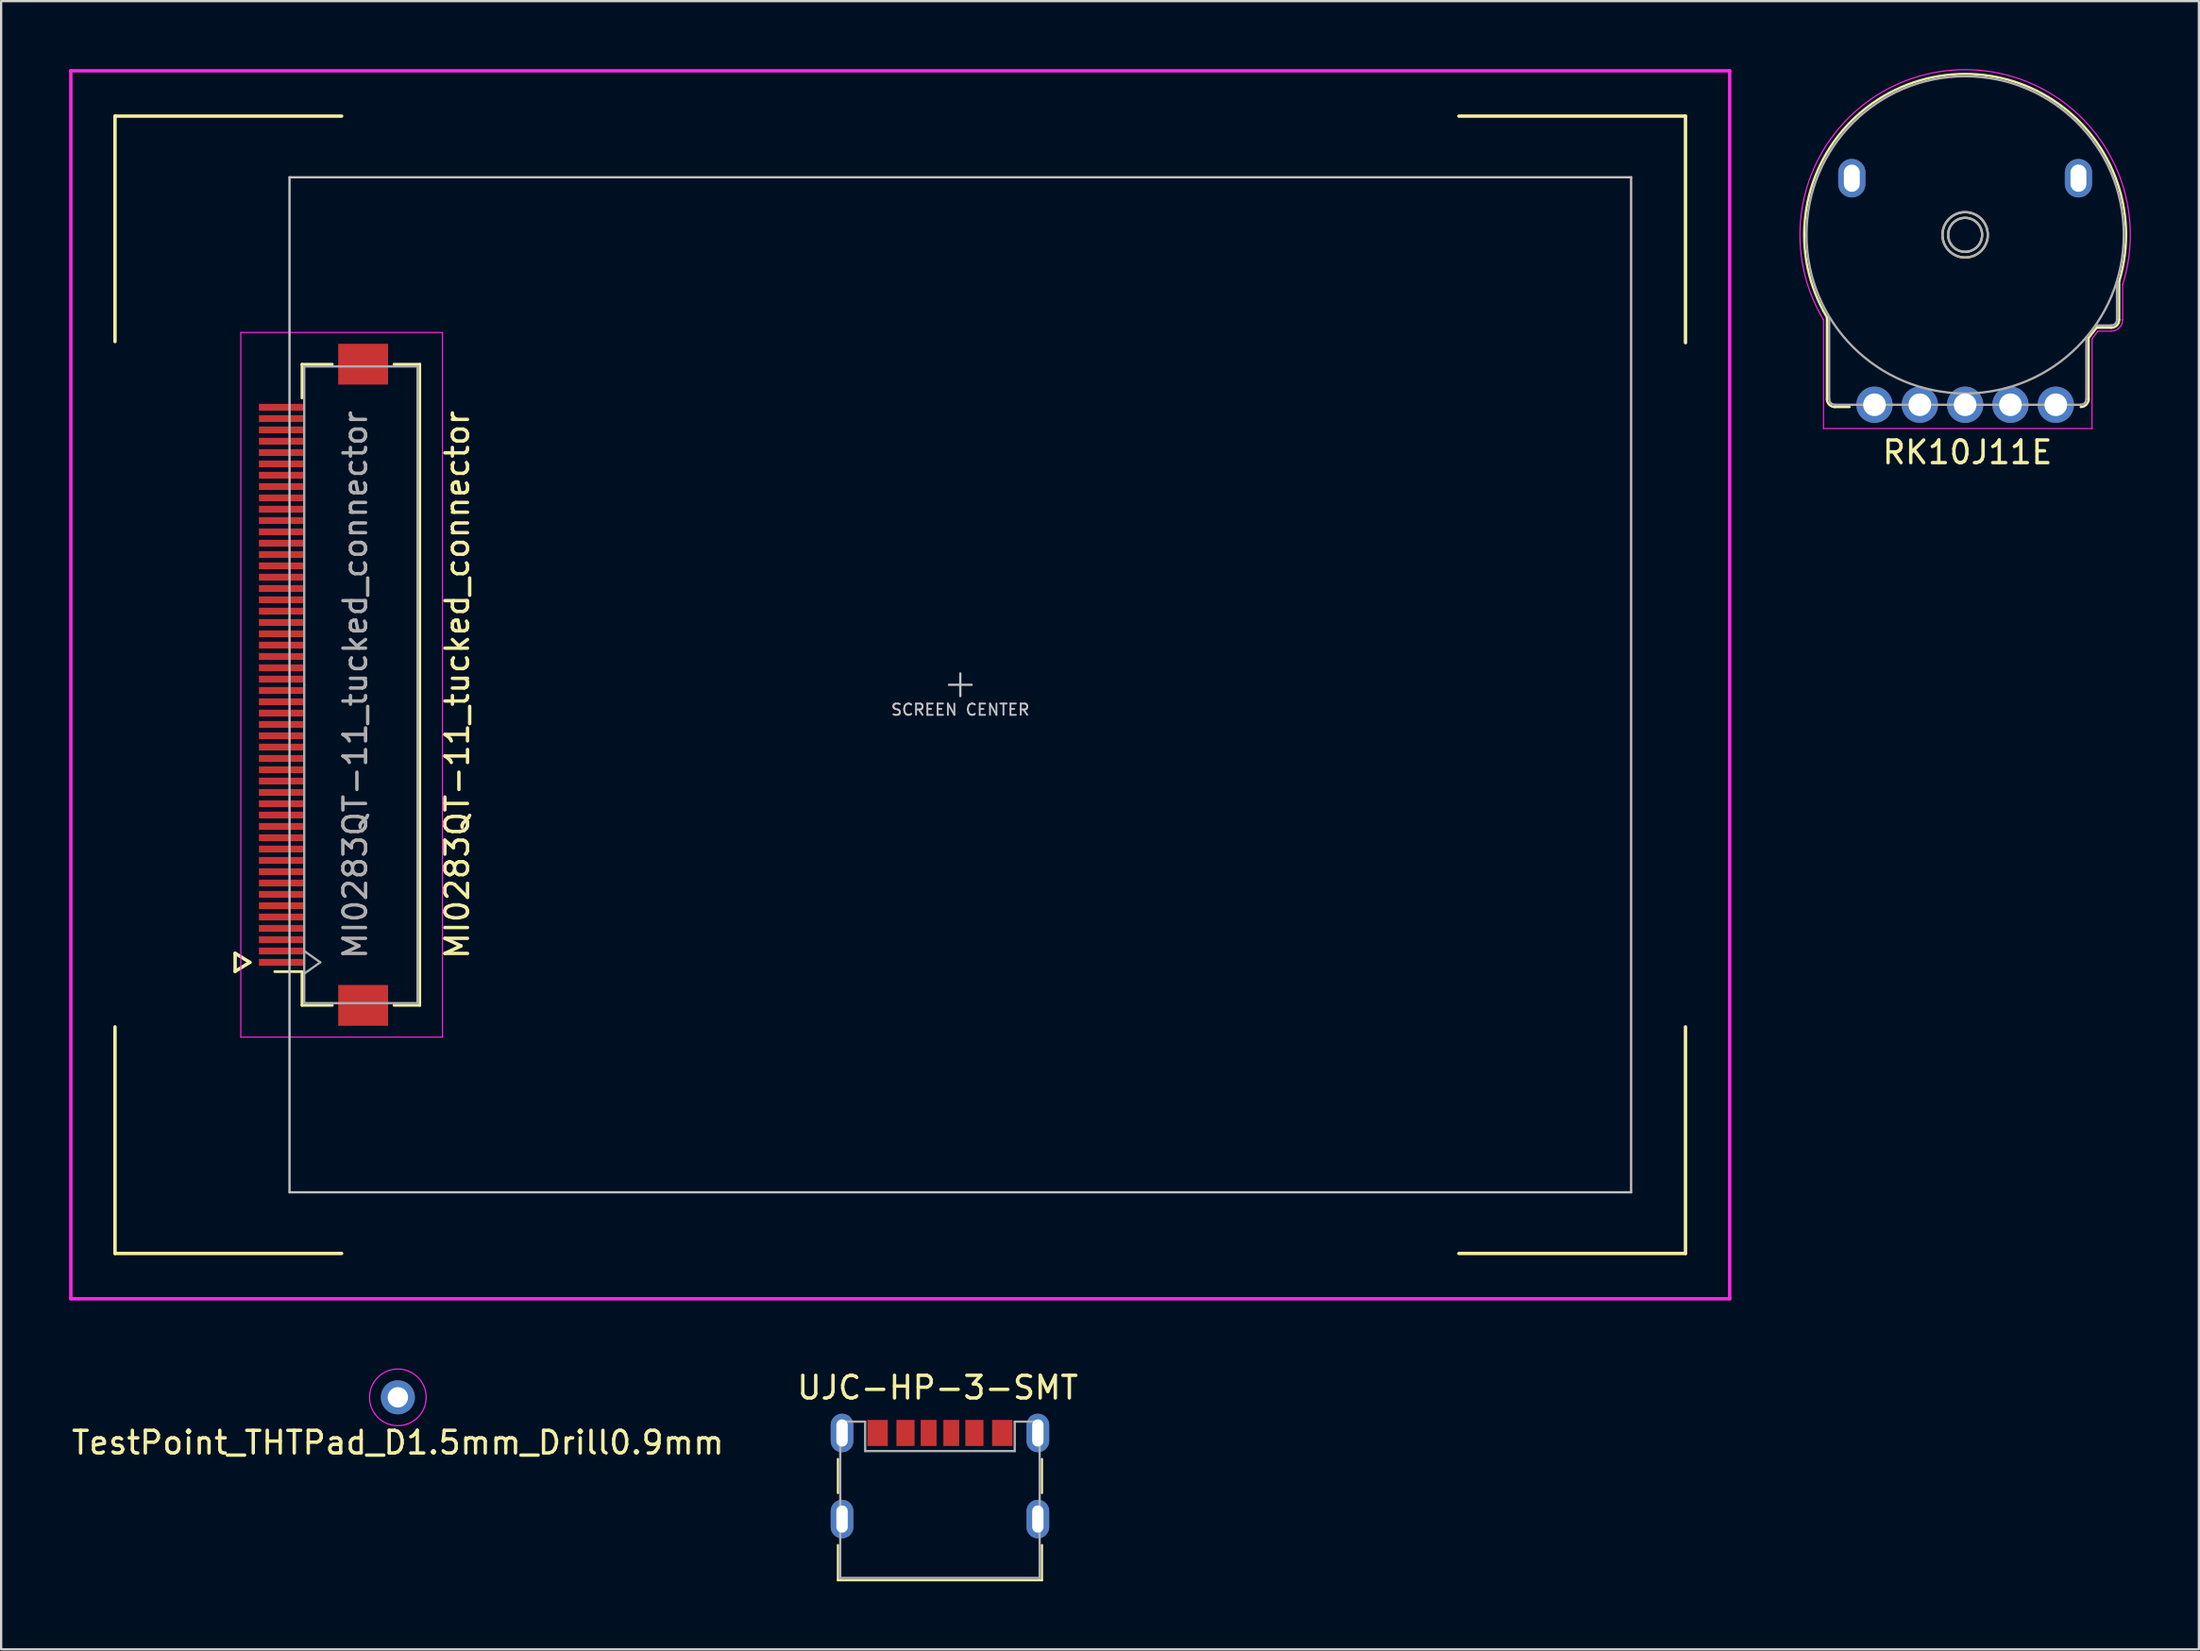
<source format=kicad_pcb>
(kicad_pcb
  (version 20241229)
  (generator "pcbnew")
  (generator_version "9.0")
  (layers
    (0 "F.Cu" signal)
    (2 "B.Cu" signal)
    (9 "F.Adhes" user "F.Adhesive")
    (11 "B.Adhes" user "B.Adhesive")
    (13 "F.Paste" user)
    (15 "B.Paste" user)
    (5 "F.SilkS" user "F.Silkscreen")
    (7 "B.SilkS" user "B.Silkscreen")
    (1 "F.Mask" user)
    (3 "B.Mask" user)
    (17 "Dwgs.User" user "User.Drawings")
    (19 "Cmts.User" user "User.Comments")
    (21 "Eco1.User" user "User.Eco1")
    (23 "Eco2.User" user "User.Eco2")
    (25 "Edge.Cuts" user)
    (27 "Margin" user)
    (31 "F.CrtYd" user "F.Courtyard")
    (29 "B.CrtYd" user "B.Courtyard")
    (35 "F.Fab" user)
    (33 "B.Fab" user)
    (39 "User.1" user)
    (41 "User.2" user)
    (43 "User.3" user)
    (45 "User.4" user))
  (footprint "TestPoint_THTPad_D1.5mm_Drill0.9mm"
    (layer "F.Cu")
    (at 14.506 58.625)
    (property "Reference" "TestPoint_THTPad_D1.5mm_Drill0.9mm" (at 0 2 0) (layer "F.SilkS") (effects (font (size 1 1) (thickness 0.15))))
    (attr through_hole)
    (fp_circle (center 0 0) (end -1.25 0) (stroke (width 0.05) (type solid)) (fill no) (layer "F.CrtYd"))
    (pad "1" thru_hole circle (at 0 0) (size 1.5 1.5) (drill 0.9) (layers "*.Cu" "*.Mask")))
  (footprint "MI0283QT-11_tucked_connector"
    (layer "F.Cu")
    (at 36.675 27.175)
    (property "Reference" "MI0283QT-11_tucked_connector" (at -19.55 0 90) (layer "F.SilkS") (effects (font (size 1 1) (thickness 0.15))))
    (attr smd)
    (fp_line (start -34.65 -25.1) (end -34.65 -15.15) (stroke (width 0.15) (type solid)) (layer "F.SilkS"))
    (fp_line (start -34.65 -25.1) (end -24.65 -25.1) (stroke (width 0.15) (type solid)) (layer "F.SilkS"))
    (fp_line (start -34.65 15.1) (end -34.65 25.1) (stroke (width 0.15) (type solid)) (layer "F.SilkS"))
    (fp_line (start -34.65 25.1) (end -24.65 25.1) (stroke (width 0.15) (type solid)) (layer "F.SilkS"))
    (fp_line (start -29.35 11.85) (end -29.35 12.65) (stroke (width 0.15) (type solid)) (layer "F.SilkS"))
    (fp_line (start -29.35 12.65) (end -28.7 12.25) (stroke (width 0.15) (type solid)) (layer "F.SilkS"))
    (fp_line (start -28.7 12.25) (end -29.35 11.85) (stroke (width 0.15) (type solid)) (layer "F.SilkS"))
    (fp_line (start -26.4 -14.15) (end -25.06 -14.15) (stroke (width 0.12) (type solid)) (layer "F.SilkS"))
    (fp_line (start -26.4 -12.66) (end -26.4 -14.15) (stroke (width 0.12) (type solid)) (layer "F.SilkS"))
    (fp_line (start -26.4 12.66) (end -27.6 12.66) (stroke (width 0.12) (type solid)) (layer "F.SilkS"))
    (fp_line (start -26.4 12.66) (end -26.4 14.15) (stroke (width 0.12) (type solid)) (layer "F.SilkS"))
    (fp_line (start -26.4 14.15) (end -25.06 14.15) (stroke (width 0.12) (type solid)) (layer "F.SilkS"))
    (fp_line (start -22.34 14.15) (end -21.2 14.15) (stroke (width 0.12) (type solid)) (layer "F.SilkS"))
    (fp_line (start -21.2 -14.15) (end -22.34 -14.15) (stroke (width 0.12) (type solid)) (layer "F.SilkS"))
    (fp_line (start -21.2 14.15) (end -21.2 -14.15) (stroke (width 0.12) (type solid)) (layer "F.SilkS"))
    (fp_line (start 24.65 -25.1) (end 34.65 -25.1) (stroke (width 0.15) (type solid)) (layer "F.SilkS"))
    (fp_line (start 24.65 25.1) (end 34.65 25.1) (stroke (width 0.15) (type solid)) (layer "F.SilkS"))
    (fp_line (start 34.65 -25.1) (end 34.65 -15.1) (stroke (width 0.15) (type solid)) (layer "F.SilkS"))
    (fp_line (start 34.65 15.1) (end 34.65 25.1) (stroke (width 0.15) (type solid)) (layer "F.SilkS"))
    (fp_line (start -26.95 -22.4) (end -26.95 22.4) (stroke (width 0.1) (type solid)) (layer "Dwgs.User"))
    (fp_line (start -26.95 -22.4) (end 32.25 -22.4) (stroke (width 0.1) (type solid)) (layer "Dwgs.User"))
    (fp_line (start -26.95 22.4) (end 32.25 22.4) (stroke (width 0.1) (type solid)) (layer "Dwgs.User"))
    (fp_line (start 2.15 0) (end 3.15 0) (stroke (width 0.1) (type solid)) (layer "Dwgs.User"))
    (fp_line (start 2.65 -0.5) (end 2.65 0.5) (stroke (width 0.1) (type solid)) (layer "Dwgs.User"))
    (fp_line (start 32.25 -22.4) (end 32.25 22.4) (stroke (width 0.1) (type solid)) (layer "Dwgs.User"))
    (fp_line (start -36.6 -27.1) (end 36.6 -27.1) (stroke (width 0.15) (type solid)) (layer "F.CrtYd"))
    (fp_line (start -36.6 27.1) (end -36.6 -27.1) (stroke (width 0.15) (type solid)) (layer "F.CrtYd"))
    (fp_line (start -29.1 -15.55) (end -29.1 15.55) (stroke (width 0.05) (type solid)) (layer "F.CrtYd"))
    (fp_line (start -29.1 15.55) (end -20.2 15.55) (stroke (width 0.05) (type solid)) (layer "F.CrtYd"))
    (fp_line (start -20.2 -15.55) (end -29.1 -15.55) (stroke (width 0.05) (type solid)) (layer "F.CrtYd"))
    (fp_line (start -20.2 15.55) (end -20.2 -15.55) (stroke (width 0.05) (type solid)) (layer "F.CrtYd"))
    (fp_line (start 36.6 -27.1) (end 36.6 27.1) (stroke (width 0.15) (type solid)) (layer "F.CrtYd"))
    (fp_line (start 36.6 27.1) (end -36.6 27.1) (stroke (width 0.15) (type solid)) (layer "F.CrtYd"))
    (fp_line (start -26.3 -14.05) (end -21.3 -14.05) (stroke (width 0.1) (type solid)) (layer "F.Fab"))
    (fp_line (start -26.3 0) (end -26.3 -14.05) (stroke (width 0.1) (type solid)) (layer "F.Fab"))
    (fp_line (start -26.3 0) (end -26.3 14.05) (stroke (width 0.1) (type solid)) (layer "F.Fab"))
    (fp_line (start -26.3 12.75) (end -25.593 12.25) (stroke (width 0.1) (type solid)) (layer "F.Fab"))
    (fp_line (start -26.3 14.05) (end -21.3 14.05) (stroke (width 0.1) (type solid)) (layer "F.Fab"))
    (fp_line (start -25.593 12.25) (end -26.3 11.75) (stroke (width 0.1) (type solid)) (layer "F.Fab"))
    (fp_line (start -21.3 -14.05) (end -21.3 0) (stroke (width 0.1) (type solid)) (layer "F.Fab"))
    (fp_line (start -21.3 14.05) (end -21.3 0) (stroke (width 0.1) (type solid)) (layer "F.Fab"))
    (fp_text user "SCREEN CENTER" (at 2.65 1.1 0) (layer "Dwgs.User") (effects (font (size 0.5 0.5) (thickness 0.08))))
    (fp_text user "${REFERENCE}" (at -24.05 0 90) (layer "F.Fab") (effects (font (size 1 1) (thickness 0.15))))
    (pad "1" smd rect (at -27.3 12.25 90) (size 0.3 2) (layers "F.Cu" "F.Mask" "F.Paste"))
    (pad "2" smd rect (at -27.3 11.75 90) (size 0.3 2) (layers "F.Cu" "F.Mask" "F.Paste"))
    (pad "3" smd rect (at -27.3 11.25 90) (size 0.3 2) (layers "F.Cu" "F.Mask" "F.Paste"))
    (pad "4" smd rect (at -27.3 10.75 90) (size 0.3 2) (layers "F.Cu" "F.Mask" "F.Paste"))
    (pad "5" smd rect (at -27.3 10.25 90) (size 0.3 2) (layers "F.Cu" "F.Mask" "F.Paste"))
    (pad "6" smd rect (at -27.3 9.75 90) (size 0.3 2) (layers "F.Cu" "F.Mask" "F.Paste"))
    (pad "7" smd rect (at -27.3 9.25 90) (size 0.3 2) (layers "F.Cu" "F.Mask" "F.Paste"))
    (pad "8" smd rect (at -27.3 8.75 90) (size 0.3 2) (layers "F.Cu" "F.Mask" "F.Paste"))
    (pad "9" smd rect (at -27.3 8.25 90) (size 0.3 2) (layers "F.Cu" "F.Mask" "F.Paste"))
    (pad "10" smd rect (at -27.3 7.75 90) (size 0.3 2) (layers "F.Cu" "F.Mask" "F.Paste"))
    (pad "11" smd rect (at -27.3 7.25 90) (size 0.3 2) (layers "F.Cu" "F.Mask" "F.Paste"))
    (pad "12" smd rect (at -27.3 6.75 90) (size 0.3 2) (layers "F.Cu" "F.Mask" "F.Paste"))
    (pad "13" smd rect (at -27.3 6.25 90) (size 0.3 2) (layers "F.Cu" "F.Mask" "F.Paste"))
    (pad "14" smd rect (at -27.3 5.75 90) (size 0.3 2) (layers "F.Cu" "F.Mask" "F.Paste"))
    (pad "15" smd rect (at -27.3 5.25 90) (size 0.3 2) (layers "F.Cu" "F.Mask" "F.Paste"))
    (pad "16" smd rect (at -27.3 4.75 90) (size 0.3 2) (layers "F.Cu" "F.Mask" "F.Paste"))
    (pad "17" smd rect (at -27.3 4.25 90) (size 0.3 2) (layers "F.Cu" "F.Mask" "F.Paste"))
    (pad "18" smd rect (at -27.3 3.75 90) (size 0.3 2) (layers "F.Cu" "F.Mask" "F.Paste"))
    (pad "19" smd rect (at -27.3 3.25 90) (size 0.3 2) (layers "F.Cu" "F.Mask" "F.Paste"))
    (pad "20" smd rect (at -27.3 2.75 90) (size 0.3 2) (layers "F.Cu" "F.Mask" "F.Paste"))
    (pad "21" smd rect (at -27.3 2.25 90) (size 0.3 2) (layers "F.Cu" "F.Mask" "F.Paste"))
    (pad "22" smd rect (at -27.3 1.75 90) (size 0.3 2) (layers "F.Cu" "F.Mask" "F.Paste"))
    (pad "23" smd rect (at -27.3 1.25 90) (size 0.3 2) (layers "F.Cu" "F.Mask" "F.Paste"))
    (pad "24" smd rect (at -27.3 0.75 90) (size 0.3 2) (layers "F.Cu" "F.Mask" "F.Paste"))
    (pad "25" smd rect (at -27.3 0.25 90) (size 0.3 2) (layers "F.Cu" "F.Mask" "F.Paste"))
    (pad "26" smd rect (at -27.3 -0.25 90) (size 0.3 2) (layers "F.Cu" "F.Mask" "F.Paste"))
    (pad "27" smd rect (at -27.3 -0.75 90) (size 0.3 2) (layers "F.Cu" "F.Mask" "F.Paste"))
    (pad "28" smd rect (at -27.3 -1.25 90) (size 0.3 2) (layers "F.Cu" "F.Mask" "F.Paste"))
    (pad "29" smd rect (at -27.3 -1.75 90) (size 0.3 2) (layers "F.Cu" "F.Mask" "F.Paste"))
    (pad "30" smd rect (at -27.3 -2.25 90) (size 0.3 2) (layers "F.Cu" "F.Mask" "F.Paste"))
    (pad "31" smd rect (at -27.3 -2.75 90) (size 0.3 2) (layers "F.Cu" "F.Mask" "F.Paste"))
    (pad "32" smd rect (at -27.3 -3.25 90) (size 0.3 2) (layers "F.Cu" "F.Mask" "F.Paste"))
    (pad "33" smd rect (at -27.3 -3.75 90) (size 0.3 2) (layers "F.Cu" "F.Mask" "F.Paste"))
    (pad "34" smd rect (at -27.3 -4.25 90) (size 0.3 2) (layers "F.Cu" "F.Mask" "F.Paste"))
    (pad "35" smd rect (at -27.3 -4.75 90) (size 0.3 2) (layers "F.Cu" "F.Mask" "F.Paste"))
    (pad "36" smd rect (at -27.3 -5.25 90) (size 0.3 2) (layers "F.Cu" "F.Mask" "F.Paste"))
    (pad "37" smd rect (at -27.3 -5.75 90) (size 0.3 2) (layers "F.Cu" "F.Mask" "F.Paste"))
    (pad "38" smd rect (at -27.3 -6.25 90) (size 0.3 2) (layers "F.Cu" "F.Mask" "F.Paste"))
    (pad "39" smd rect (at -27.3 -6.75 90) (size 0.3 2) (layers "F.Cu" "F.Mask" "F.Paste"))
    (pad "40" smd rect (at -27.3 -7.25 90) (size 0.3 2) (layers "F.Cu" "F.Mask" "F.Paste"))
    (pad "41" smd rect (at -27.3 -7.75 90) (size 0.3 2) (layers "F.Cu" "F.Mask" "F.Paste"))
    (pad "42" smd rect (at -27.3 -8.25 90) (size 0.3 2) (layers "F.Cu" "F.Mask" "F.Paste"))
    (pad "43" smd rect (at -27.3 -8.75 90) (size 0.3 2) (layers "F.Cu" "F.Mask" "F.Paste"))
    (pad "44" smd rect (at -27.3 -9.25 90) (size 0.3 2) (layers "F.Cu" "F.Mask" "F.Paste"))
    (pad "45" smd rect (at -27.3 -9.75 90) (size 0.3 2) (layers "F.Cu" "F.Mask" "F.Paste"))
    (pad "46" smd rect (at -27.3 -10.25 90) (size 0.3 2) (layers "F.Cu" "F.Mask" "F.Paste"))
    (pad "47" smd rect (at -27.3 -10.75 90) (size 0.3 2) (layers "F.Cu" "F.Mask" "F.Paste"))
    (pad "48" smd rect (at -27.3 -11.25 90) (size 0.3 2) (layers "F.Cu" "F.Mask" "F.Paste"))
    (pad "49" smd rect (at -27.3 -11.75 90) (size 0.3 2) (layers "F.Cu" "F.Mask" "F.Paste"))
    (pad "50" smd rect (at -27.3 -12.25 90) (size 0.3 2) (layers "F.Cu" "F.Mask" "F.Paste"))
    (pad "MP" smd rect (at -23.7 -14.15 90) (size 1.8 2.2) (layers "F.Cu" "F.Mask" "F.Paste"))
    (pad "MP" smd rect (at -23.7 14.15 90) (size 1.8 2.2) (layers "F.Cu" "F.Mask" "F.Paste")))
  (footprint "RK10J11E"
    (layer "F.Cu")
    (at 83.665 7.315)
    (property "Reference" "RK10J11E" (at 0.1 9.6 0) (layer "F.SilkS") (effects (font (size 1 1) (thickness 0.15))))
    (attr through_hole)
    (fp_line (start -6.1 3.65) (end -6.1 7.25) (stroke (width 0.1) (type solid)) (layer "F.SilkS"))
    (fp_line (start -5.75 7.6) (end -5.1 7.6) (stroke (width 0.1) (type solid)) (layer "F.SilkS"))
    (fp_line (start 5.45 4.55) (end 5.8 4.1) (stroke (width 0.1) (type solid)) (layer "F.SilkS"))
    (fp_line (start 5.45 7.25) (end 5.45 4.55) (stroke (width 0.1) (type solid)) (layer "F.SilkS"))
    (fp_line (start 5.8 4.1) (end 6.45 4.1) (stroke (width 0.1) (type solid)) (layer "F.SilkS"))
    (fp_line (start 6.8 3.75) (end 6.8 2.05) (stroke (width 0.1) (type solid)) (layer "F.SilkS"))
    (fp_arc (start -6.094564 3.646748) (mid -0.872818 -7.048452) (end 6.799999 2.049999) (stroke (width 0.1) (type solid)) (layer "F.SilkS"))
    (fp_arc (start -5.75 7.6) (mid -5.997487 7.497487) (end -6.1 7.25) (stroke (width 0.1) (type solid)) (layer "F.SilkS"))
    (fp_arc (start 5.45 7.25) (mid 5.347487 7.497487) (end 5.1 7.6) (stroke (width 0.1) (type solid)) (layer "F.SilkS"))
    (fp_arc (start 6.8 3.75) (mid 6.697487 3.997487) (end 6.45 4.1) (stroke (width 0.1) (type solid)) (layer "F.SilkS"))
    (fp_circle (center 0 0) (end 0 0.75) (stroke (width 0.1) (type solid)) (fill no) (layer "F.SilkS"))
    (fp_circle (center 0 0) (end 0 1) (stroke (width 0.1) (type solid)) (fill no) (layer "F.SilkS"))
    (fp_line (start -6.25 3.75) (end -6.25 8.55) (stroke (width 0.05) (type solid)) (layer "F.CrtYd"))
    (fp_line (start -6.25 8.55) (end 5.6 8.55) (stroke (width 0.05) (type solid)) (layer "F.CrtYd"))
    (fp_line (start 5.6 4.6) (end 5.85 4.25) (stroke (width 0.05) (type solid)) (layer "F.CrtYd"))
    (fp_line (start 5.6 8.55) (end 5.6 4.6) (stroke (width 0.05) (type solid)) (layer "F.CrtYd"))
    (fp_line (start 5.85 4.25) (end 6.45 4.25) (stroke (width 0.05) (type solid)) (layer "F.CrtYd"))
    (fp_line (start 6.95 3.75) (end 6.95 2.2) (stroke (width 0.05) (type solid)) (layer "F.CrtYd"))
    (fp_arc (start -6.251029 3.750618) (mid -0.850438 -7.240114) (end 6.95 2.2) (stroke (width 0.05) (type solid)) (layer "F.CrtYd"))
    (fp_arc (start 6.95 3.75) (mid 6.803553 4.103553) (end 6.45 4.25) (stroke (width 0.05) (type solid)) (layer "F.CrtYd"))
    (fp_line (start -6 3.65) (end -6 7.25) (stroke (width 0.1) (type solid)) (layer "F.Fab"))
    (fp_line (start -5.75 7.5) (end 5.1 7.5) (stroke (width 0.1) (type solid)) (layer "F.Fab"))
    (fp_line (start 5.35 7.25) (end 5.35 4.52) (stroke (width 0.1) (type solid)) (layer "F.Fab"))
    (fp_line (start 5.75 4) (end 6.45 4) (stroke (width 0.1) (type solid)) (layer "F.Fab"))
    (fp_line (start 6.7 3.75) (end 6.7 2.05) (stroke (width 0.1) (type solid)) (layer "F.Fab"))
    (fp_arc (start -5.75 7.5) (mid -5.926777 7.426777) (end -6 7.25) (stroke (width 0.1) (type solid)) (layer "F.Fab"))
    (fp_arc (start 5.35 7.25) (mid 5.276777 7.426777) (end 5.1 7.5) (stroke (width 0.1) (type solid)) (layer "F.Fab"))
    (fp_arc (start 6.7 3.75) (mid 6.626777 3.926777) (end 6.45 4) (stroke (width 0.1) (type solid)) (layer "F.Fab"))
    (fp_circle (center 0 0) (end 0 1) (stroke (width 0.1) (type solid)) (fill no) (layer "F.Fab"))
    (fp_circle (center 0 0) (end 0.75 0) (stroke (width 0.1) (type solid)) (fill no) (layer "F.Fab"))
    (fp_circle (center 0 0) (end 7 0) (stroke (width 0.1) (type solid)) (fill no) (layer "F.Fab"))
    (pad "1" thru_hole circle (at -4 7.5) (size 1.6 1.6) (drill 1) (layers "*.Cu" "*.Mask"))
    (pad "2" thru_hole circle (at 0 7.5) (size 1.6 1.6) (drill 1) (layers "*.Cu" "*.Mask"))
    (pad "3" thru_hole circle (at 4 7.5) (size 1.6 1.6) (drill 1) (layers "*.Cu" "*.Mask"))
    (pad "NC" thru_hole oval (at -5 -2.5) (size 1.2 1.7) (drill oval 0.7 1.2) (layers "*.Cu" "*.Mask"))
    (pad "NC" thru_hole circle (at -2 7.5) (size 1.6 1.6) (drill 1) (layers "*.Cu" "*.Mask"))
    (pad "NC" thru_hole circle (at 2 7.5) (size 1.6 1.6) (drill 1) (layers "*.Cu" "*.Mask"))
    (pad "NC" thru_hole oval (at 5 -2.5) (size 1.2 1.7) (drill oval 0.7 1.2) (layers "*.Cu" "*.Mask")))
  (footprint "UJC-HP-3-SMT"
    (layer "F.Cu")
    (at 38.427 60.198)
    (property "Reference" "UJC-HP-3-SMT" (at -0.1 -2 0) (layer "F.SilkS") (effects (font (size 1 1) (thickness 0.15))))
    (attr through_hole)
    (fp_line (start -4.5 1.15) (end -4.5 2.65) (stroke (width 0.1) (type solid)) (layer "F.SilkS"))
    (fp_line (start -4.5 4.95) (end -4.5 6.5) (stroke (width 0.1) (type solid)) (layer "F.SilkS"))
    (fp_line (start -4.5 6.5) (end 4.5 6.5) (stroke (width 0.1) (type solid)) (layer "F.SilkS"))
    (fp_line (start 4.5 1.15) (end 4.5 2.65) (stroke (width 0.1) (type solid)) (layer "F.SilkS"))
    (fp_line (start 4.5 6.5) (end 4.5 4.95) (stroke (width 0.1) (type solid)) (layer "F.SilkS"))
    (fp_line (start -4.4 -0.5) (end -3.3 -0.5) (stroke (width 0.1) (type solid)) (layer "F.Fab"))
    (fp_line (start -4.4 6.4) (end -4.4 -0.5) (stroke (width 0.1) (type solid)) (layer "F.Fab"))
    (fp_line (start -4.4 6.4) (end 4.4 6.4) (stroke (width 0.1) (type solid)) (layer "F.Fab"))
    (fp_line (start -3.3 0.8) (end -3.3 -0.5) (stroke (width 0.1) (type solid)) (layer "F.Fab"))
    (fp_line (start -3.3 0.8) (end 3.3 0.8) (stroke (width 0.1) (type solid)) (layer "F.Fab"))
    (fp_line (start 3.3 -0.5) (end 4.4 -0.5) (stroke (width 0.1) (type solid)) (layer "F.Fab"))
    (fp_line (start 3.3 0.8) (end 3.3 -0.5) (stroke (width 0.1) (type solid)) (layer "F.Fab"))
    (fp_line (start 4.4 -0.5) (end 4.4 6.4) (stroke (width 0.1) (type solid)) (layer "F.Fab"))
    (pad "A5" smd rect (at -0.5 0) (size 0.7 1.15) (layers "F.Cu" "F.Mask" "F.Paste"))
    (pad "A9" smd rect (at 1.52 0) (size 0.8 1.15) (layers "F.Cu" "F.Mask" "F.Paste"))
    (pad "A12" smd rect (at 2.75 0) (size 0.9 1.15) (layers "F.Cu" "F.Mask" "F.Paste"))
    (pad "B5" smd rect (at 0.5 0) (size 0.7 1.15) (layers "F.Cu" "F.Mask" "F.Paste"))
    (pad "B9" smd rect (at -1.52 0) (size 0.8 1.15) (layers "F.Cu" "F.Mask" "F.Paste"))
    (pad "B12" smd rect (at -2.75 0) (size 0.9 1.15) (layers "F.Cu" "F.Mask" "F.Paste"))
    (pad "S1" thru_hole oval (at -4.32 0) (size 1 1.7) (drill oval 0.5 1.2) (layers "*.Cu" "*.Mask"))
    (pad "S1" thru_hole oval (at -4.32 3.8) (size 1 1.7) (drill oval 0.5 1.2) (layers "*.Cu" "*.Mask"))
    (pad "S1" thru_hole oval (at 4.32 0) (size 1 1.7) (drill oval 0.5 1.2) (layers "*.Cu" "*.Mask"))
    (pad "S1" thru_hole oval (at 4.32 3.8) (size 1 1.7) (drill oval 0.5 1.2) (layers "*.Cu" "*.Mask")))
  (gr_rect
    (start -3 -3)
    (end 93.98 69.748)
    (stroke (width 0.1) (type default))
    (fill no)
    (layer "Edge.Cuts")))
</source>
